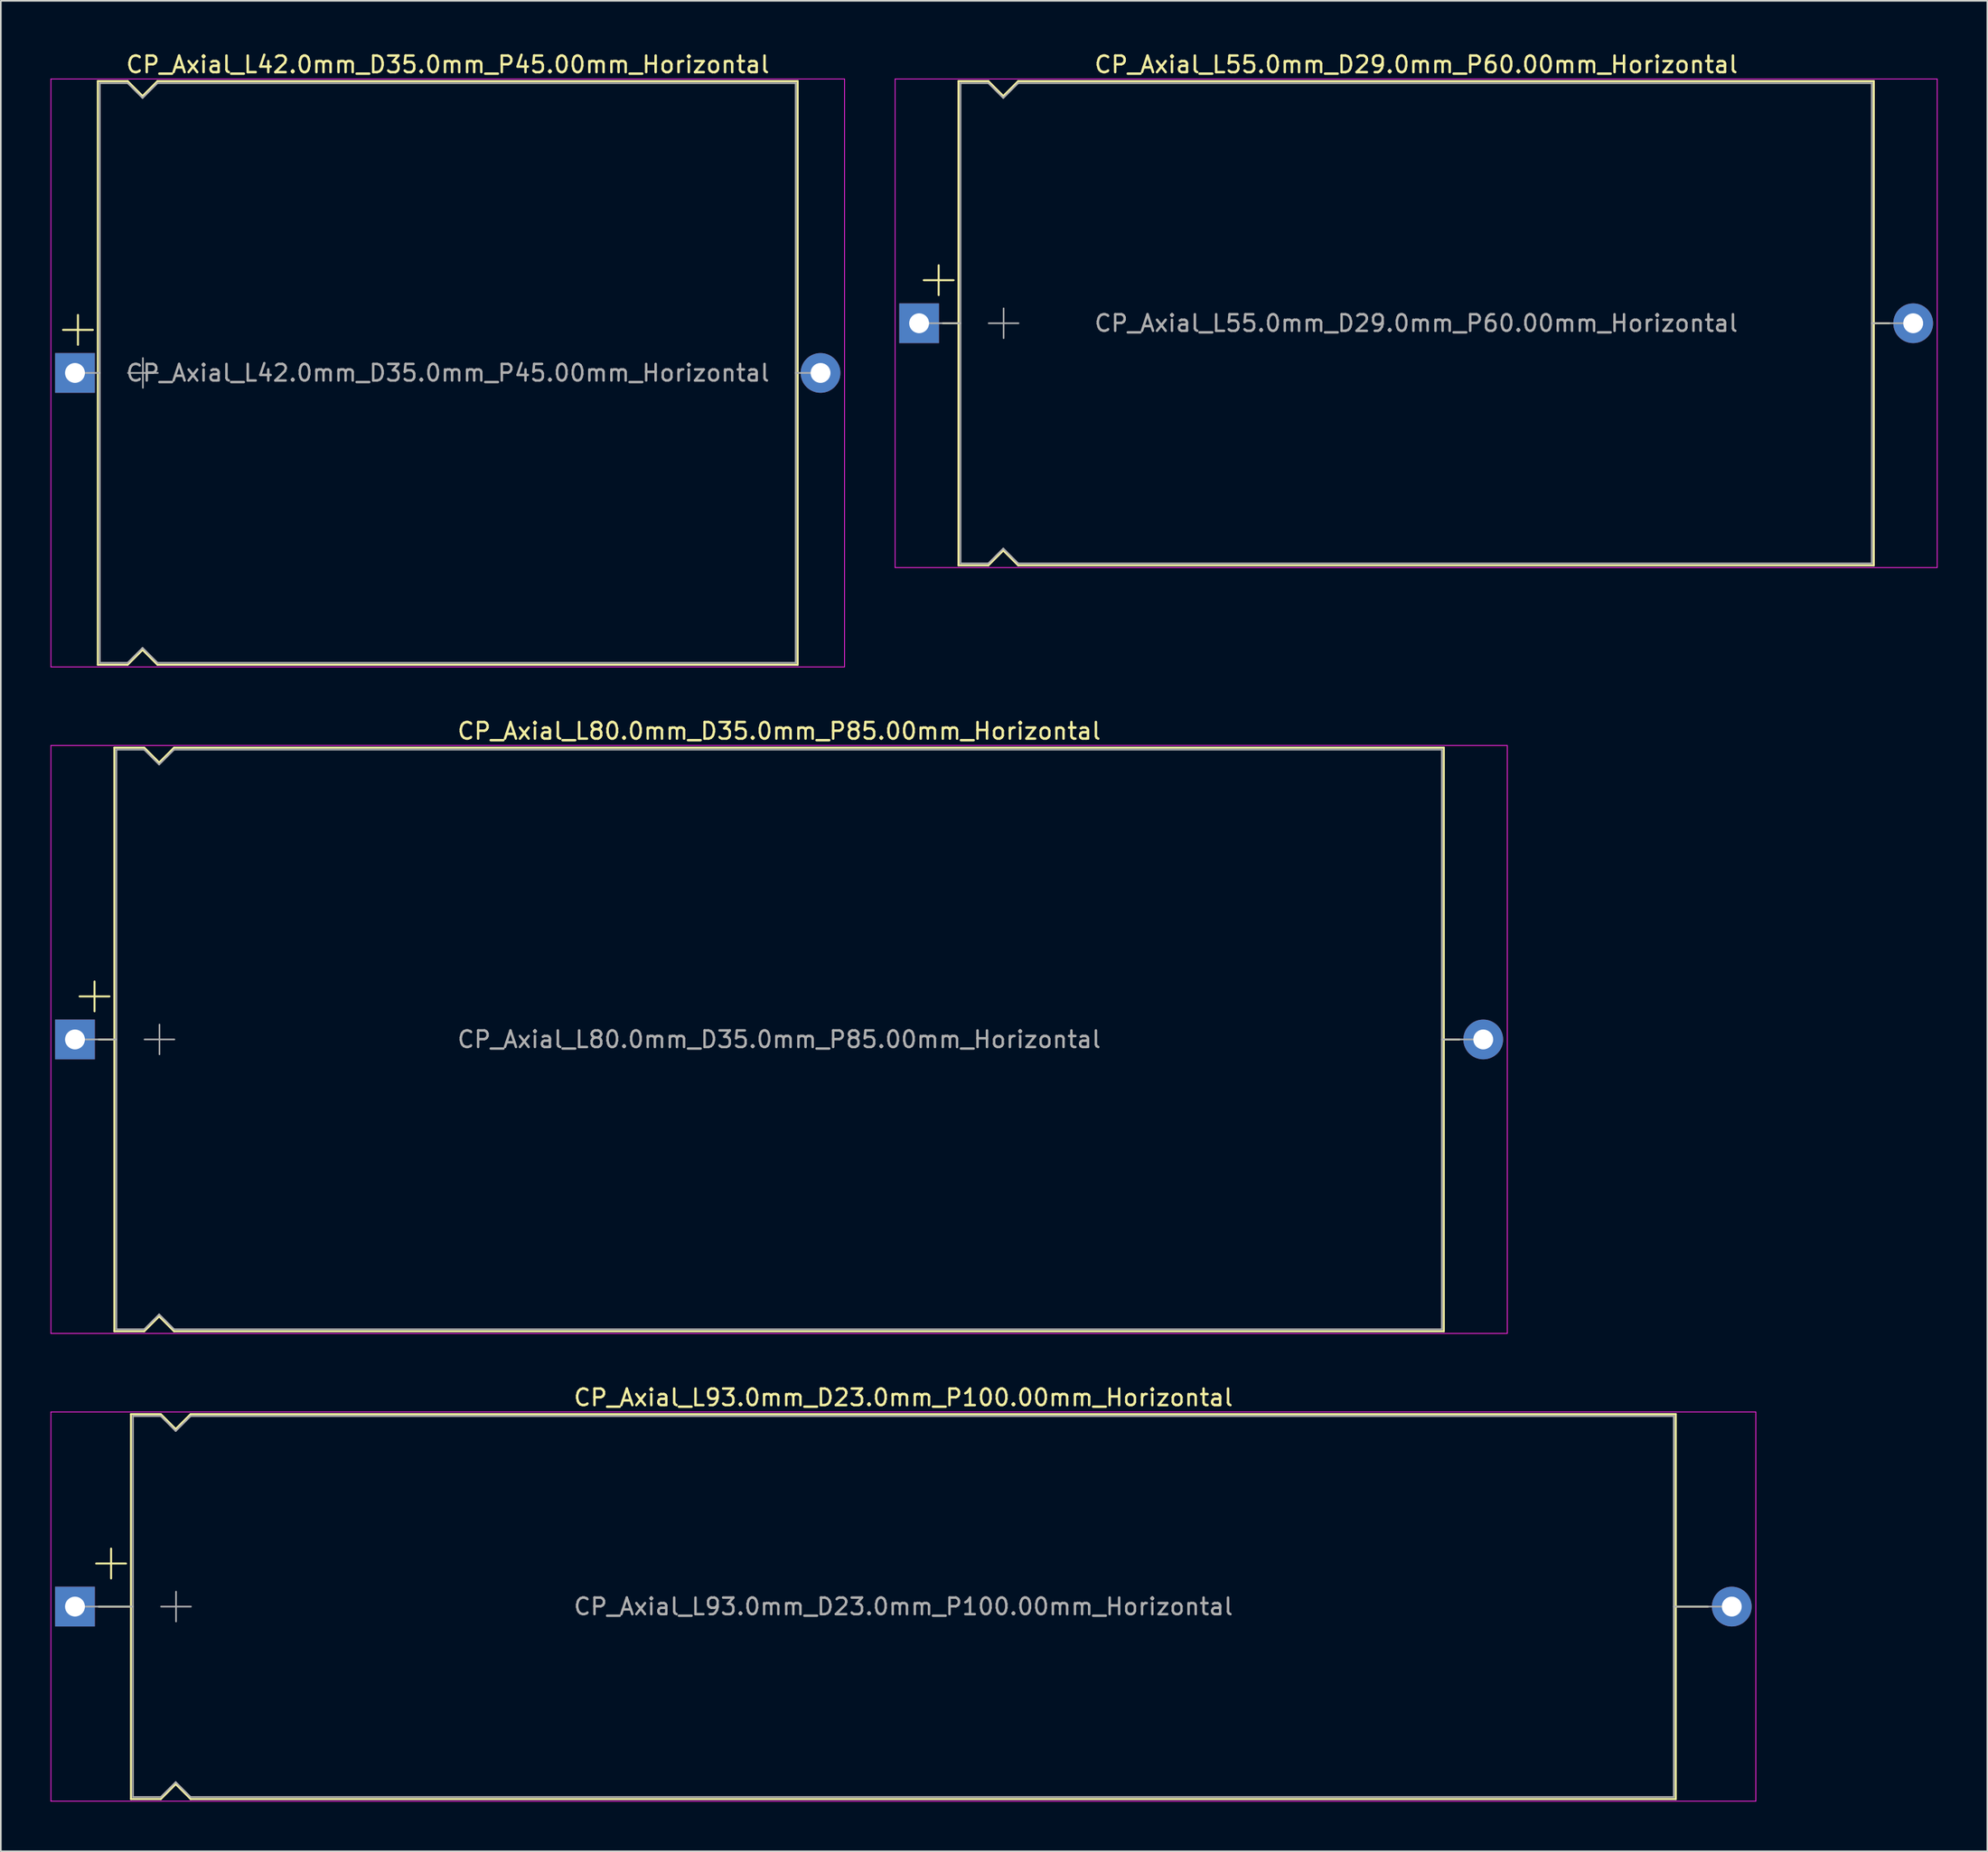
<source format=kicad_pcb>
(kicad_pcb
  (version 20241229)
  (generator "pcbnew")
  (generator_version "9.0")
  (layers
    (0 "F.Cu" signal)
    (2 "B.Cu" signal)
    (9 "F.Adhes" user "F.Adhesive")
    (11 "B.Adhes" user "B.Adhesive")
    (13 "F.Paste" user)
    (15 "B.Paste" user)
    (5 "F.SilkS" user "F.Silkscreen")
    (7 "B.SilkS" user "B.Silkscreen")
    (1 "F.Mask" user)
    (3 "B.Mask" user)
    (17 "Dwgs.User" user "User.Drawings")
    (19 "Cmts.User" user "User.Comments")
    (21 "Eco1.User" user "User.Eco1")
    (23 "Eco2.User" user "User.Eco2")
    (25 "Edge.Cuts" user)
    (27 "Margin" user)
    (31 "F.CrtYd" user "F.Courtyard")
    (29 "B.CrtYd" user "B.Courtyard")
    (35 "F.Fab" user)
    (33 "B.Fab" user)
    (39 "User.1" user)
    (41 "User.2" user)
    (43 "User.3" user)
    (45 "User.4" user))
  (footprint "CP_Axial_L42.0mm_D35.0mm_P45.00mm_Horizontal"
    (layer "F.Cu")
    (at 1.475 19.468)
    (property "Reference" "CP_Axial_L42.0mm_D35.0mm_P45.00mm_Horizontal" (at 22.5 -18.62 0) (layer "F.SilkS") (effects (font (size 1 1) (thickness 0.15))))
    (attr through_hole)
    (fp_line (start -0.72 -2.6) (end 1.08 -2.6) (stroke (width 0.12) (type solid)) (layer "F.SilkS"))
    (fp_line (start 0.18 -3.5) (end 0.18 -1.7) (stroke (width 0.12) (type solid)) (layer "F.SilkS"))
    (fp_line (start 1.38 -17.62) (end 1.38 17.62) (stroke (width 0.12) (type solid)) (layer "F.SilkS"))
    (fp_line (start 1.38 -17.62) (end 3.18 -17.62) (stroke (width 0.12) (type solid)) (layer "F.SilkS"))
    (fp_line (start 1.38 17.62) (end 3.18 17.62) (stroke (width 0.12) (type solid)) (layer "F.SilkS"))
    (fp_line (start 3.18 -17.62) (end 4.08 -16.72) (stroke (width 0.12) (type solid)) (layer "F.SilkS"))
    (fp_line (start 3.18 17.62) (end 4.08 16.72) (stroke (width 0.12) (type solid)) (layer "F.SilkS"))
    (fp_line (start 4.08 -16.72) (end 4.98 -17.62) (stroke (width 0.12) (type solid)) (layer "F.SilkS"))
    (fp_line (start 4.08 16.72) (end 4.98 17.62) (stroke (width 0.12) (type solid)) (layer "F.SilkS"))
    (fp_line (start 4.98 -17.62) (end 43.62 -17.62) (stroke (width 0.12) (type solid)) (layer "F.SilkS"))
    (fp_line (start 4.98 17.62) (end 43.62 17.62) (stroke (width 0.12) (type solid)) (layer "F.SilkS"))
    (fp_line (start 43.62 -17.62) (end 43.62 17.62) (stroke (width 0.12) (type solid)) (layer "F.SilkS"))
    (fp_line (start -1.45 -17.75) (end -1.45 17.75) (stroke (width 0.05) (type solid)) (layer "F.CrtYd"))
    (fp_line (start -1.45 17.75) (end 46.45 17.75) (stroke (width 0.05) (type solid)) (layer "F.CrtYd"))
    (fp_line (start 46.45 -17.75) (end -1.45 -17.75) (stroke (width 0.05) (type solid)) (layer "F.CrtYd"))
    (fp_line (start 46.45 17.75) (end 46.45 -17.75) (stroke (width 0.05) (type solid)) (layer "F.CrtYd"))
    (fp_line (start 0 0) (end 1.5 0) (stroke (width 0.1) (type solid)) (layer "F.Fab"))
    (fp_line (start 1.5 -17.5) (end 1.5 17.5) (stroke (width 0.1) (type solid)) (layer "F.Fab"))
    (fp_line (start 1.5 -17.5) (end 3.18 -17.5) (stroke (width 0.1) (type solid)) (layer "F.Fab"))
    (fp_line (start 1.5 17.5) (end 3.18 17.5) (stroke (width 0.1) (type solid)) (layer "F.Fab"))
    (fp_line (start 3.18 -17.5) (end 4.08 -16.6) (stroke (width 0.1) (type solid)) (layer "F.Fab"))
    (fp_line (start 3.18 17.5) (end 4.08 16.6) (stroke (width 0.1) (type solid)) (layer "F.Fab"))
    (fp_line (start 3.2 0) (end 5 0) (stroke (width 0.1) (type solid)) (layer "F.Fab"))
    (fp_line (start 4.08 -16.6) (end 4.98 -17.5) (stroke (width 0.1) (type solid)) (layer "F.Fab"))
    (fp_line (start 4.08 16.6) (end 4.98 17.5) (stroke (width 0.1) (type solid)) (layer "F.Fab"))
    (fp_line (start 4.1 -0.9) (end 4.1 0.9) (stroke (width 0.1) (type solid)) (layer "F.Fab"))
    (fp_line (start 4.98 -17.5) (end 43.5 -17.5) (stroke (width 0.1) (type solid)) (layer "F.Fab"))
    (fp_line (start 4.98 17.5) (end 43.5 17.5) (stroke (width 0.1) (type solid)) (layer "F.Fab"))
    (fp_line (start 43.5 -17.5) (end 43.5 17.5) (stroke (width 0.1) (type solid)) (layer "F.Fab"))
    (fp_line (start 45 0) (end 43.5 0) (stroke (width 0.1) (type solid)) (layer "F.Fab"))
    (fp_text user "${REFERENCE}" (at 22.5 0 0) (layer "F.Fab") (effects (font (size 1 1) (thickness 0.15))))
    (pad "1" thru_hole rect (at 0 0) (size 2.4 2.4) (drill 1.2) (layers "*.Cu" "*.Mask"))
    (pad "2" thru_hole oval (at 45 0) (size 2.4 2.4) (drill 1.2) (layers "*.Cu" "*.Mask")))
  (footprint "CP_Axial_L55.0mm_D29.0mm_P60.00mm_Horizontal"
    (layer "F.Cu")
    (at 52.425 16.468)
    (property "Reference" "CP_Axial_L55.0mm_D29.0mm_P60.00mm_Horizontal" (at 30 -15.62 0) (layer "F.SilkS") (effects (font (size 1 1) (thickness 0.15))))
    (attr through_hole)
    (fp_line (start 0.28 -2.6) (end 2.08 -2.6) (stroke (width 0.12) (type solid)) (layer "F.SilkS"))
    (fp_line (start 1.18 -3.5) (end 1.18 -1.7) (stroke (width 0.12) (type solid)) (layer "F.SilkS"))
    (fp_line (start 1.44 0) (end 2.38 0) (stroke (width 0.12) (type solid)) (layer "F.SilkS"))
    (fp_line (start 2.38 -14.62) (end 2.38 14.62) (stroke (width 0.12) (type solid)) (layer "F.SilkS"))
    (fp_line (start 2.38 -14.62) (end 4.18 -14.62) (stroke (width 0.12) (type solid)) (layer "F.SilkS"))
    (fp_line (start 2.38 14.62) (end 4.18 14.62) (stroke (width 0.12) (type solid)) (layer "F.SilkS"))
    (fp_line (start 4.18 -14.62) (end 5.08 -13.72) (stroke (width 0.12) (type solid)) (layer "F.SilkS"))
    (fp_line (start 4.18 14.62) (end 5.08 13.72) (stroke (width 0.12) (type solid)) (layer "F.SilkS"))
    (fp_line (start 5.08 -13.72) (end 5.98 -14.62) (stroke (width 0.12) (type solid)) (layer "F.SilkS"))
    (fp_line (start 5.08 13.72) (end 5.98 14.62) (stroke (width 0.12) (type solid)) (layer "F.SilkS"))
    (fp_line (start 5.98 -14.62) (end 57.62 -14.62) (stroke (width 0.12) (type solid)) (layer "F.SilkS"))
    (fp_line (start 5.98 14.62) (end 57.62 14.62) (stroke (width 0.12) (type solid)) (layer "F.SilkS"))
    (fp_line (start 57.62 -14.62) (end 57.62 14.62) (stroke (width 0.12) (type solid)) (layer "F.SilkS"))
    (fp_line (start 58.56 0) (end 57.62 0) (stroke (width 0.12) (type solid)) (layer "F.SilkS"))
    (fp_line (start -1.45 -14.75) (end -1.45 14.75) (stroke (width 0.05) (type solid)) (layer "F.CrtYd"))
    (fp_line (start -1.45 14.75) (end 61.45 14.75) (stroke (width 0.05) (type solid)) (layer "F.CrtYd"))
    (fp_line (start 61.45 -14.75) (end -1.45 -14.75) (stroke (width 0.05) (type solid)) (layer "F.CrtYd"))
    (fp_line (start 61.45 14.75) (end 61.45 -14.75) (stroke (width 0.05) (type solid)) (layer "F.CrtYd"))
    (fp_line (start 0 0) (end 2.5 0) (stroke (width 0.1) (type solid)) (layer "F.Fab"))
    (fp_line (start 2.5 -14.5) (end 2.5 14.5) (stroke (width 0.1) (type solid)) (layer "F.Fab"))
    (fp_line (start 2.5 -14.5) (end 4.18 -14.5) (stroke (width 0.1) (type solid)) (layer "F.Fab"))
    (fp_line (start 2.5 14.5) (end 4.18 14.5) (stroke (width 0.1) (type solid)) (layer "F.Fab"))
    (fp_line (start 4.18 -14.5) (end 5.08 -13.6) (stroke (width 0.1) (type solid)) (layer "F.Fab"))
    (fp_line (start 4.18 14.5) (end 5.08 13.6) (stroke (width 0.1) (type solid)) (layer "F.Fab"))
    (fp_line (start 4.2 0) (end 6 0) (stroke (width 0.1) (type solid)) (layer "F.Fab"))
    (fp_line (start 5.08 -13.6) (end 5.98 -14.5) (stroke (width 0.1) (type solid)) (layer "F.Fab"))
    (fp_line (start 5.08 13.6) (end 5.98 14.5) (stroke (width 0.1) (type solid)) (layer "F.Fab"))
    (fp_line (start 5.1 -0.9) (end 5.1 0.9) (stroke (width 0.1) (type solid)) (layer "F.Fab"))
    (fp_line (start 5.98 -14.5) (end 57.5 -14.5) (stroke (width 0.1) (type solid)) (layer "F.Fab"))
    (fp_line (start 5.98 14.5) (end 57.5 14.5) (stroke (width 0.1) (type solid)) (layer "F.Fab"))
    (fp_line (start 57.5 -14.5) (end 57.5 14.5) (stroke (width 0.1) (type solid)) (layer "F.Fab"))
    (fp_line (start 60 0) (end 57.5 0) (stroke (width 0.1) (type solid)) (layer "F.Fab"))
    (fp_text user "${REFERENCE}" (at 30 0 0) (layer "F.Fab") (effects (font (size 1 1) (thickness 0.15))))
    (pad "1" thru_hole rect (at 0 0) (size 2.4 2.4) (drill 1.2) (layers "*.Cu" "*.Mask"))
    (pad "2" thru_hole oval (at 60 0) (size 2.4 2.4) (drill 1.2) (layers "*.Cu" "*.Mask")))
  (footprint "CP_Axial_L80.0mm_D35.0mm_P85.00mm_Horizontal"
    (layer "F.Cu")
    (at 1.475 59.712)
    (property "Reference" "CP_Axial_L80.0mm_D35.0mm_P85.00mm_Horizontal" (at 42.5 -18.62 0) (layer "F.SilkS") (effects (font (size 1 1) (thickness 0.15))))
    (attr through_hole)
    (fp_line (start 0.28 -2.6) (end 2.08 -2.6) (stroke (width 0.12) (type solid)) (layer "F.SilkS"))
    (fp_line (start 1.18 -3.5) (end 1.18 -1.7) (stroke (width 0.12) (type solid)) (layer "F.SilkS"))
    (fp_line (start 1.44 0) (end 2.38 0) (stroke (width 0.12) (type solid)) (layer "F.SilkS"))
    (fp_line (start 2.38 -17.62) (end 2.38 17.62) (stroke (width 0.12) (type solid)) (layer "F.SilkS"))
    (fp_line (start 2.38 -17.62) (end 4.18 -17.62) (stroke (width 0.12) (type solid)) (layer "F.SilkS"))
    (fp_line (start 2.38 17.62) (end 4.18 17.62) (stroke (width 0.12) (type solid)) (layer "F.SilkS"))
    (fp_line (start 4.18 -17.62) (end 5.08 -16.72) (stroke (width 0.12) (type solid)) (layer "F.SilkS"))
    (fp_line (start 4.18 17.62) (end 5.08 16.72) (stroke (width 0.12) (type solid)) (layer "F.SilkS"))
    (fp_line (start 5.08 -16.72) (end 5.98 -17.62) (stroke (width 0.12) (type solid)) (layer "F.SilkS"))
    (fp_line (start 5.08 16.72) (end 5.98 17.62) (stroke (width 0.12) (type solid)) (layer "F.SilkS"))
    (fp_line (start 5.98 -17.62) (end 82.62 -17.62) (stroke (width 0.12) (type solid)) (layer "F.SilkS"))
    (fp_line (start 5.98 17.62) (end 82.62 17.62) (stroke (width 0.12) (type solid)) (layer "F.SilkS"))
    (fp_line (start 82.62 -17.62) (end 82.62 17.62) (stroke (width 0.12) (type solid)) (layer "F.SilkS"))
    (fp_line (start 83.56 0) (end 82.62 0) (stroke (width 0.12) (type solid)) (layer "F.SilkS"))
    (fp_line (start -1.45 -17.75) (end -1.45 17.75) (stroke (width 0.05) (type solid)) (layer "F.CrtYd"))
    (fp_line (start -1.45 17.75) (end 86.45 17.75) (stroke (width 0.05) (type solid)) (layer "F.CrtYd"))
    (fp_line (start 86.45 -17.75) (end -1.45 -17.75) (stroke (width 0.05) (type solid)) (layer "F.CrtYd"))
    (fp_line (start 86.45 17.75) (end 86.45 -17.75) (stroke (width 0.05) (type solid)) (layer "F.CrtYd"))
    (fp_line (start 0 0) (end 2.5 0) (stroke (width 0.1) (type solid)) (layer "F.Fab"))
    (fp_line (start 2.5 -17.5) (end 2.5 17.5) (stroke (width 0.1) (type solid)) (layer "F.Fab"))
    (fp_line (start 2.5 -17.5) (end 4.18 -17.5) (stroke (width 0.1) (type solid)) (layer "F.Fab"))
    (fp_line (start 2.5 17.5) (end 4.18 17.5) (stroke (width 0.1) (type solid)) (layer "F.Fab"))
    (fp_line (start 4.18 -17.5) (end 5.08 -16.6) (stroke (width 0.1) (type solid)) (layer "F.Fab"))
    (fp_line (start 4.18 17.5) (end 5.08 16.6) (stroke (width 0.1) (type solid)) (layer "F.Fab"))
    (fp_line (start 4.2 0) (end 6 0) (stroke (width 0.1) (type solid)) (layer "F.Fab"))
    (fp_line (start 5.08 -16.6) (end 5.98 -17.5) (stroke (width 0.1) (type solid)) (layer "F.Fab"))
    (fp_line (start 5.08 16.6) (end 5.98 17.5) (stroke (width 0.1) (type solid)) (layer "F.Fab"))
    (fp_line (start 5.1 -0.9) (end 5.1 0.9) (stroke (width 0.1) (type solid)) (layer "F.Fab"))
    (fp_line (start 5.98 -17.5) (end 82.5 -17.5) (stroke (width 0.1) (type solid)) (layer "F.Fab"))
    (fp_line (start 5.98 17.5) (end 82.5 17.5) (stroke (width 0.1) (type solid)) (layer "F.Fab"))
    (fp_line (start 82.5 -17.5) (end 82.5 17.5) (stroke (width 0.1) (type solid)) (layer "F.Fab"))
    (fp_line (start 85 0) (end 82.5 0) (stroke (width 0.1) (type solid)) (layer "F.Fab"))
    (fp_text user "${REFERENCE}" (at 42.5 0 0) (layer "F.Fab") (effects (font (size 1 1) (thickness 0.15))))
    (pad "1" thru_hole rect (at 0 0) (size 2.4 2.4) (drill 1.2) (layers "*.Cu" "*.Mask"))
    (pad "2" thru_hole oval (at 85 0) (size 2.4 2.4) (drill 1.2) (layers "*.Cu" "*.Mask")))
  (footprint "CP_Axial_L93.0mm_D23.0mm_P100.00mm_Horizontal"
    (layer "F.Cu")
    (at 1.475 93.955)
    (property "Reference" "CP_Axial_L93.0mm_D23.0mm_P100.00mm_Horizontal" (at 50 -12.62 0) (layer "F.SilkS") (effects (font (size 1 1) (thickness 0.15))))
    (attr through_hole)
    (fp_line (start 1.28 -2.6) (end 3.08 -2.6) (stroke (width 0.12) (type solid)) (layer "F.SilkS"))
    (fp_line (start 1.44 0) (end 3.38 0) (stroke (width 0.12) (type solid)) (layer "F.SilkS"))
    (fp_line (start 2.18 -3.5) (end 2.18 -1.7) (stroke (width 0.12) (type solid)) (layer "F.SilkS"))
    (fp_line (start 3.38 -11.62) (end 3.38 11.62) (stroke (width 0.12) (type solid)) (layer "F.SilkS"))
    (fp_line (start 3.38 -11.62) (end 5.18 -11.62) (stroke (width 0.12) (type solid)) (layer "F.SilkS"))
    (fp_line (start 3.38 11.62) (end 5.18 11.62) (stroke (width 0.12) (type solid)) (layer "F.SilkS"))
    (fp_line (start 5.18 -11.62) (end 6.08 -10.72) (stroke (width 0.12) (type solid)) (layer "F.SilkS"))
    (fp_line (start 5.18 11.62) (end 6.08 10.72) (stroke (width 0.12) (type solid)) (layer "F.SilkS"))
    (fp_line (start 6.08 -10.72) (end 6.98 -11.62) (stroke (width 0.12) (type solid)) (layer "F.SilkS"))
    (fp_line (start 6.08 10.72) (end 6.98 11.62) (stroke (width 0.12) (type solid)) (layer "F.SilkS"))
    (fp_line (start 6.98 -11.62) (end 96.62 -11.62) (stroke (width 0.12) (type solid)) (layer "F.SilkS"))
    (fp_line (start 6.98 11.62) (end 96.62 11.62) (stroke (width 0.12) (type solid)) (layer "F.SilkS"))
    (fp_line (start 96.62 -11.62) (end 96.62 11.62) (stroke (width 0.12) (type solid)) (layer "F.SilkS"))
    (fp_line (start 98.56 0) (end 96.62 0) (stroke (width 0.12) (type solid)) (layer "F.SilkS"))
    (fp_line (start -1.45 -11.75) (end -1.45 11.75) (stroke (width 0.05) (type solid)) (layer "F.CrtYd"))
    (fp_line (start -1.45 11.75) (end 101.45 11.75) (stroke (width 0.05) (type solid)) (layer "F.CrtYd"))
    (fp_line (start 101.45 -11.75) (end -1.45 -11.75) (stroke (width 0.05) (type solid)) (layer "F.CrtYd"))
    (fp_line (start 101.45 11.75) (end 101.45 -11.75) (stroke (width 0.05) (type solid)) (layer "F.CrtYd"))
    (fp_line (start 0 0) (end 3.5 0) (stroke (width 0.1) (type solid)) (layer "F.Fab"))
    (fp_line (start 3.5 -11.5) (end 3.5 11.5) (stroke (width 0.1) (type solid)) (layer "F.Fab"))
    (fp_line (start 3.5 -11.5) (end 5.18 -11.5) (stroke (width 0.1) (type solid)) (layer "F.Fab"))
    (fp_line (start 3.5 11.5) (end 5.18 11.5) (stroke (width 0.1) (type solid)) (layer "F.Fab"))
    (fp_line (start 5.18 -11.5) (end 6.08 -10.6) (stroke (width 0.1) (type solid)) (layer "F.Fab"))
    (fp_line (start 5.18 11.5) (end 6.08 10.6) (stroke (width 0.1) (type solid)) (layer "F.Fab"))
    (fp_line (start 5.2 0) (end 7 0) (stroke (width 0.1) (type solid)) (layer "F.Fab"))
    (fp_line (start 6.08 -10.6) (end 6.98 -11.5) (stroke (width 0.1) (type solid)) (layer "F.Fab"))
    (fp_line (start 6.08 10.6) (end 6.98 11.5) (stroke (width 0.1) (type solid)) (layer "F.Fab"))
    (fp_line (start 6.1 -0.9) (end 6.1 0.9) (stroke (width 0.1) (type solid)) (layer "F.Fab"))
    (fp_line (start 6.98 -11.5) (end 96.5 -11.5) (stroke (width 0.1) (type solid)) (layer "F.Fab"))
    (fp_line (start 6.98 11.5) (end 96.5 11.5) (stroke (width 0.1) (type solid)) (layer "F.Fab"))
    (fp_line (start 96.5 -11.5) (end 96.5 11.5) (stroke (width 0.1) (type solid)) (layer "F.Fab"))
    (fp_line (start 100 0) (end 96.5 0) (stroke (width 0.1) (type solid)) (layer "F.Fab"))
    (fp_text user "${REFERENCE}" (at 50 0 0) (layer "F.Fab") (effects (font (size 1 1) (thickness 0.15))))
    (pad "1" thru_hole rect (at 0 0) (size 2.4 2.4) (drill 1.2) (layers "*.Cu" "*.Mask"))
    (pad "2" thru_hole oval (at 100 0) (size 2.4 2.4) (drill 1.2) (layers "*.Cu" "*.Mask")))
  (gr_rect
    (start -3 -3)
    (end 116.9 108.73)
    (stroke (width 0.1) (type default))
    (fill no)
    (layer "Edge.Cuts")))
</source>
